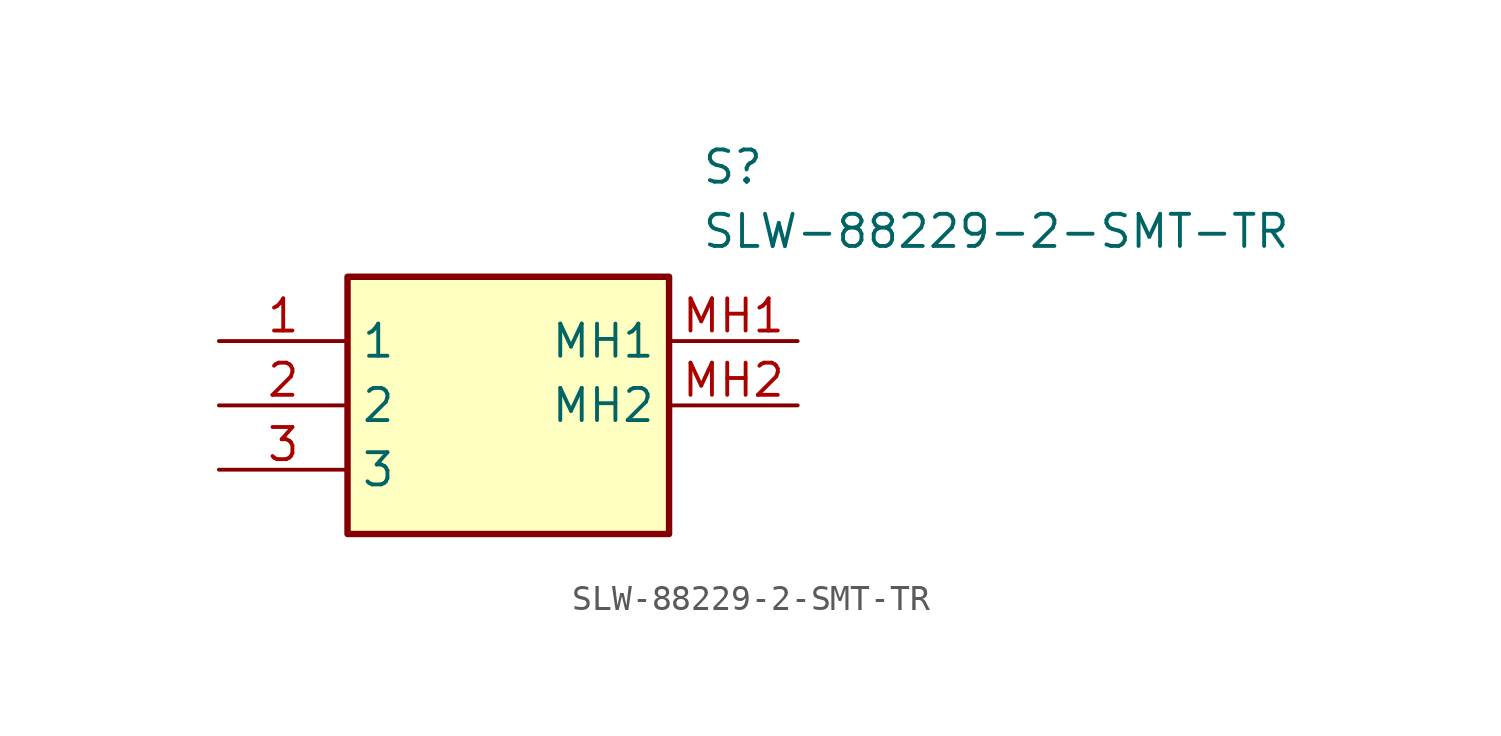
<source format=kicad_sym>
(kicad_symbol_lib
  (version 20211014)
  (generator SamacSys_ECAD_Model)
  (symbol "SLW-88229-2-SMT-TR"
    (property "Reference" "S"
      (at 19.05 7.62 0)
      (effects (font (size 1.27 1.27)) (justify left top)))
    (property "Value" "SLW-88229-2-SMT-TR"
      (at 19.05 5.08 0)
      (effects (font (size 1.27 1.27)) (justify left top)))
    (rectangle
      (start 5.08 2.54)
      (end 17.78 -7.62)
      (stroke (width 0.254) (type default))
      (fill (type background)))
    (pin passive line
      (at 0 0 0)
      (length 5.08)
      (name "1" (effects (font (size 1.27 1.27))))
      (number "1" (effects (font (size 1.27 1.27)))))
    (pin passive line
      (at 0 -2.54 0)
      (length 5.08)
      (name "2" (effects (font (size 1.27 1.27))))
      (number "2" (effects (font (size 1.27 1.27)))))
    (pin passive line
      (at 0 -5.08 0)
      (length 5.08)
      (name "3" (effects (font (size 1.27 1.27))))
      (number "3" (effects (font (size 1.27 1.27)))))
    (pin passive line
      (at 22.86 0 180)
      (length 5.08)
      (name "MH1" (effects (font (size 1.27 1.27))))
      (number "MH1" (effects (font (size 1.27 1.27)))))
    (pin passive line
      (at 22.86 -2.54 180)
      (length 5.08)
      (name "MH2" (effects (font (size 1.27 1.27))))
      (number "MH2" (effects (font (size 1.27 1.27)))))))
</source>
